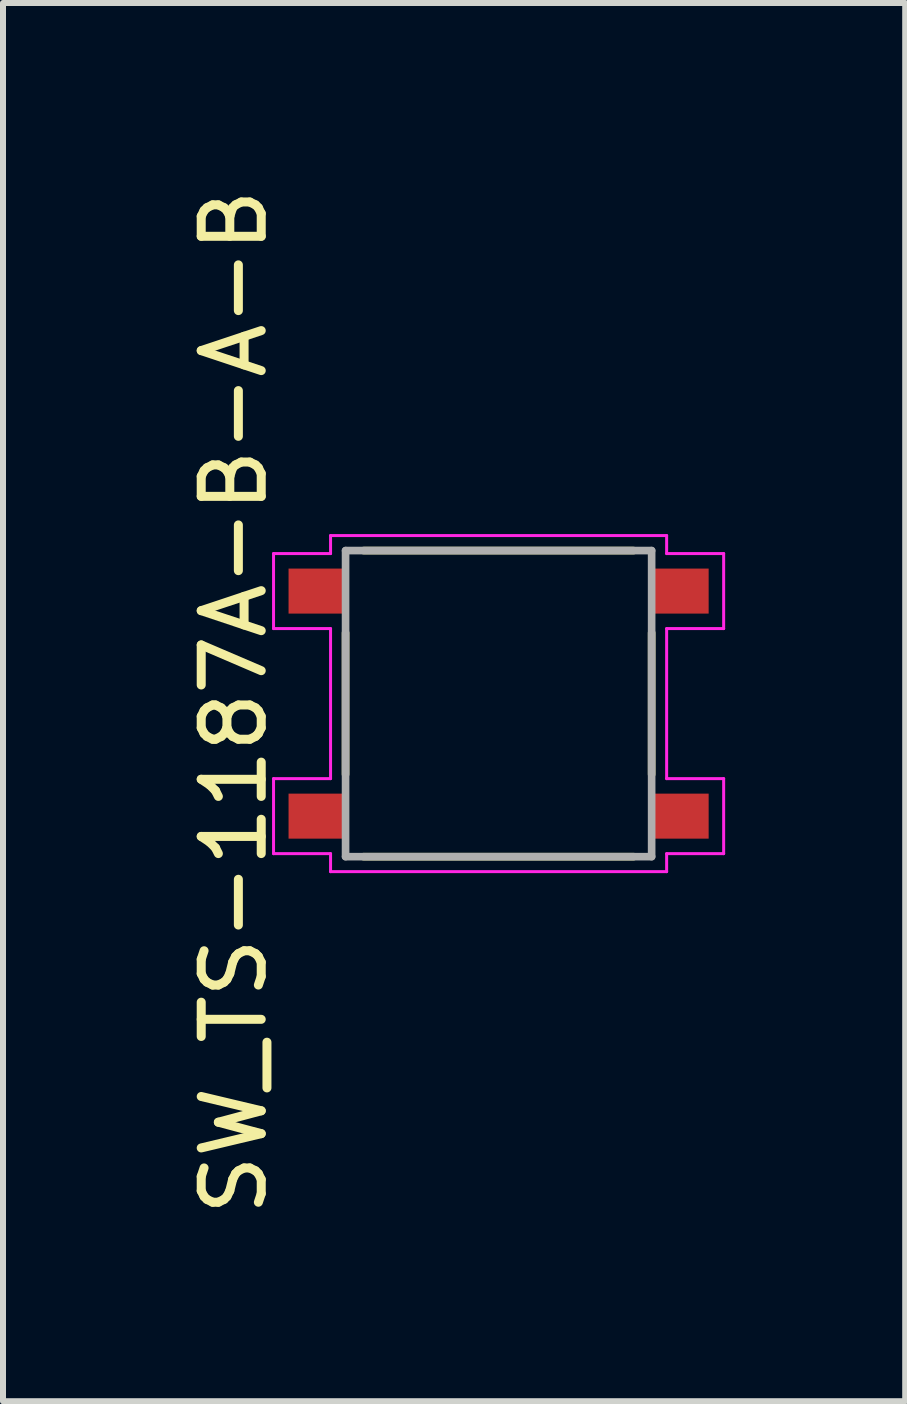
<source format=kicad_pcb>
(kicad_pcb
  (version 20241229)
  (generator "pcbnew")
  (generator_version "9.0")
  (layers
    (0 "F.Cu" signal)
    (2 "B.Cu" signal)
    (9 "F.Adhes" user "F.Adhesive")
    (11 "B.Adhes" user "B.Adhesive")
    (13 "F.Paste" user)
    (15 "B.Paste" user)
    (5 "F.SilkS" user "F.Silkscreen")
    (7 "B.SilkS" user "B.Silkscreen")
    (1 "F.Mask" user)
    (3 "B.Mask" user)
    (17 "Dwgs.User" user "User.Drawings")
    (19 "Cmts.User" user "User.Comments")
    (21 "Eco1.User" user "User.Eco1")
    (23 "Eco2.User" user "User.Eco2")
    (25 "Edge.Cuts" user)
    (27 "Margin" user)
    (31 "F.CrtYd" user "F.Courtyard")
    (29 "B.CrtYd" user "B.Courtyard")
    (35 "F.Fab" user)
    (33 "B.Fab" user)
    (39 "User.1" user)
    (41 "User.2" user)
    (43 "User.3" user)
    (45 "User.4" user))
  (footprint "SW_TS-1187A-B-A-B"
    (layer "F.Cu")
    (at 5.258 8.674)
    (property "Reference" "SW_TS-1187A-B-A-B" (at -4.41 -0.025 270) (layer "F.SilkS") (effects (font (size 1 1) (thickness 0.15))))
    (attr smd)
    (fp_line (start -2.55 -1.18) (end -2.55 1.18) (stroke (width 0.127) (type solid)) (layer "F.SilkS"))
    (fp_line (start 2.25 -2.55) (end -2.25 -2.55) (stroke (width 0.127) (type solid)) (layer "F.SilkS"))
    (fp_line (start 2.25 2.55) (end -2.25 2.55) (stroke (width 0.127) (type solid)) (layer "F.SilkS"))
    (fp_line (start 2.55 1.18) (end 2.55 -1.18) (stroke (width 0.127) (type solid)) (layer "F.SilkS"))
    (fp_line (start -3.75 -2.5) (end -3.75 -1.25) (stroke (width 0.05) (type solid)) (layer "F.CrtYd"))
    (fp_line (start -3.75 -2.5) (end -2.8 -2.5) (stroke (width 0.05) (type solid)) (layer "F.CrtYd"))
    (fp_line (start -3.75 -1.25) (end -2.8 -1.25) (stroke (width 0.05) (type solid)) (layer "F.CrtYd"))
    (fp_line (start -3.75 1.25) (end -2.8 1.25) (stroke (width 0.05) (type solid)) (layer "F.CrtYd"))
    (fp_line (start -3.75 2.5) (end -3.75 1.25) (stroke (width 0.05) (type solid)) (layer "F.CrtYd"))
    (fp_line (start -3.75 2.5) (end -2.8 2.5) (stroke (width 0.05) (type solid)) (layer "F.CrtYd"))
    (fp_line (start -2.8 -2.8) (end -2.8 -2.5) (stroke (width 0.05) (type solid)) (layer "F.CrtYd"))
    (fp_line (start -2.8 -1.25) (end -2.8 1.25) (stroke (width 0.05) (type solid)) (layer "F.CrtYd"))
    (fp_line (start -2.8 2.8) (end -2.8 2.5) (stroke (width 0.05) (type solid)) (layer "F.CrtYd"))
    (fp_line (start -2.8 2.8) (end 2.8 2.8) (stroke (width 0.05) (type solid)) (layer "F.CrtYd"))
    (fp_line (start 2.8 -2.8) (end -2.8 -2.8) (stroke (width 0.05) (type solid)) (layer "F.CrtYd"))
    (fp_line (start 2.8 -2.8) (end 2.8 -2.5) (stroke (width 0.05) (type solid)) (layer "F.CrtYd"))
    (fp_line (start 2.8 -1.25) (end 2.8 1.25) (stroke (width 0.05) (type solid)) (layer "F.CrtYd"))
    (fp_line (start 2.8 2.8) (end 2.8 2.5) (stroke (width 0.05) (type solid)) (layer "F.CrtYd"))
    (fp_line (start 3.75 -2.5) (end 2.8 -2.5) (stroke (width 0.05) (type solid)) (layer "F.CrtYd"))
    (fp_line (start 3.75 -2.5) (end 3.75 -1.25) (stroke (width 0.05) (type solid)) (layer "F.CrtYd"))
    (fp_line (start 3.75 -1.25) (end 2.8 -1.25) (stroke (width 0.05) (type solid)) (layer "F.CrtYd"))
    (fp_line (start 3.75 1.25) (end 2.8 1.25) (stroke (width 0.05) (type solid)) (layer "F.CrtYd"))
    (fp_line (start 3.75 2.5) (end 2.8 2.5) (stroke (width 0.05) (type solid)) (layer "F.CrtYd"))
    (fp_line (start 3.75 2.5) (end 3.75 1.25) (stroke (width 0.05) (type solid)) (layer "F.CrtYd"))
    (fp_line (start -2.55 -2.55) (end -2.55 2.55) (stroke (width 0.127) (type solid)) (layer "F.Fab"))
    (fp_line (start -2.55 2.55) (end 2.55 2.55) (stroke (width 0.127) (type solid)) (layer "F.Fab"))
    (fp_line (start 2.55 -2.55) (end -2.55 -2.55) (stroke (width 0.127) (type solid)) (layer "F.Fab"))
    (fp_line (start 2.55 2.55) (end 2.55 -2.55) (stroke (width 0.127) (type solid)) (layer "F.Fab"))
    (pad "1" smd rect (at -3 -1.875) (size 1 0.75) (layers "F.Cu" "F.Mask" "F.Paste"))
    (pad "1" smd rect (at 3 -1.875) (size 1 0.75) (layers "F.Cu" "F.Mask" "F.Paste"))
    (pad "2" smd rect (at -3 1.875) (size 1 0.75) (layers "F.Cu" "F.Mask" "F.Paste"))
    (pad "2" smd rect (at 3 1.875) (size 1 0.75) (layers "F.Cu" "F.Mask" "F.Paste")))
  (gr_rect
    (start -3 -3)
    (end 12.033 20.298)
    (stroke (width 0.1) (type default))
    (fill no)
    (layer "Edge.Cuts")))
</source>
